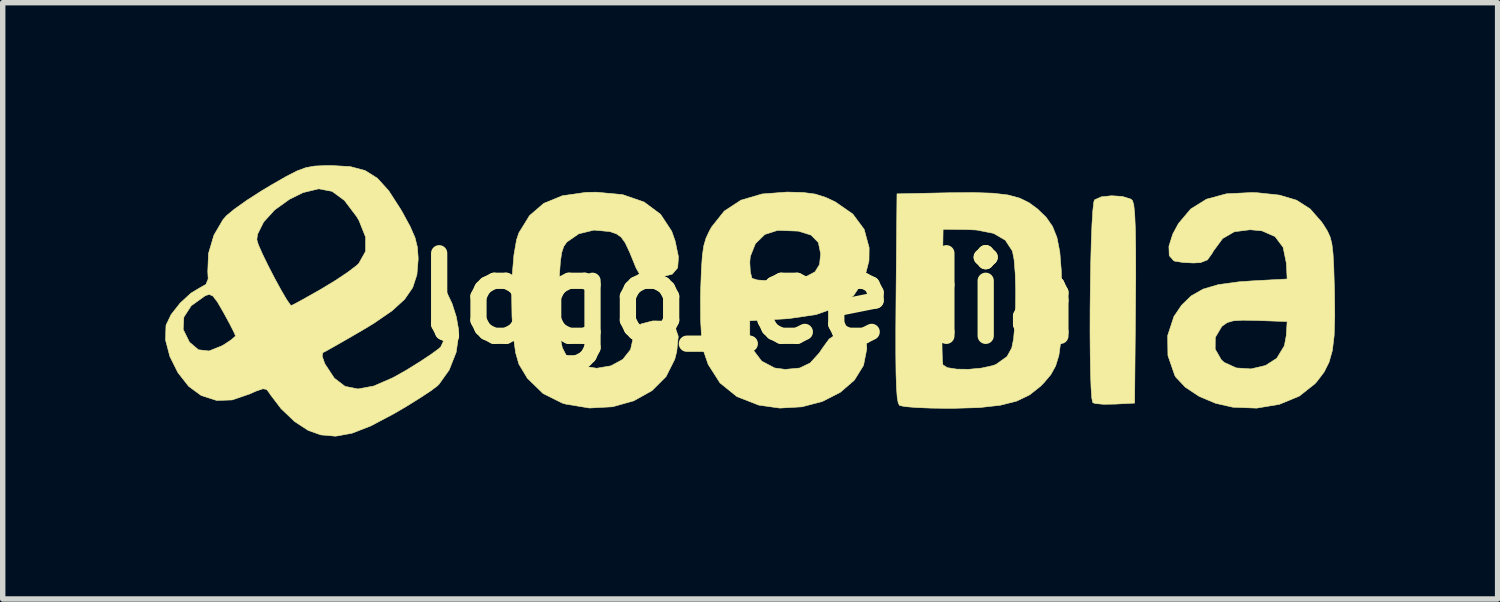
<source format=kicad_pcb>
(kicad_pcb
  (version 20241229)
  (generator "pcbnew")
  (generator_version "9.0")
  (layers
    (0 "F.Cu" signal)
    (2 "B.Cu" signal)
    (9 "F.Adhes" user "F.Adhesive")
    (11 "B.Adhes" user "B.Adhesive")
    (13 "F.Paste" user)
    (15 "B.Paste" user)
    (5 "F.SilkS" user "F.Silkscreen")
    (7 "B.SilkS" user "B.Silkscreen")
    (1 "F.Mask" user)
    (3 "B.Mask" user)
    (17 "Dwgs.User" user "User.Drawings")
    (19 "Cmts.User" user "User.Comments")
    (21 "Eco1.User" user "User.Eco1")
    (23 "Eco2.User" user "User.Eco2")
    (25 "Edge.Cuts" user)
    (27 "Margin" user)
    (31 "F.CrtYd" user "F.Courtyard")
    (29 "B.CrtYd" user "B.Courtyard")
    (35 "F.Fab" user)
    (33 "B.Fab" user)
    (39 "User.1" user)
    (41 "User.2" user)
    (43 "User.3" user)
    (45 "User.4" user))
  (footprint "logo_cedia"
    (layer "F.Cu")
    (at 10.789 2.459)
    (property "Reference" "logo_cedia" (at 0 0 0) (layer "F.SilkS") (effects (font (size 1.524 1.524) (thickness 0.3))))
    (attr through_hole)
    (fp_poly (pts (xy 6.878 -1.883) (xy 7.029 -1.836) (xy 7.063 -1.809) (xy 7.087 -1.73) (xy 7.105 -1.556) (xy 7.117 -1.278) (xy 7.123 -0.891) (xy 7.124 -0.385) (xy 7.12 0.106) (xy 7.103 1.931) (xy 6.74 1.95) (xy 6.532 1.953) (xy 6.38 1.94) (xy 6.331 1.923) (xy 6.313 1.841) (xy 6.299 1.648) (xy 6.289 1.367) (xy 6.283 1.016) (xy 6.28 0.617) (xy 6.281 0.191) (xy 6.286 -0.242) (xy 6.293 -0.66) (xy 6.303 -1.044) (xy 6.316 -1.373) (xy 6.332 -1.625) (xy 6.35 -1.781) (xy 6.363 -1.82) (xy 6.488 -1.876) (xy 6.679 -1.896) (xy 6.878 -1.883)) (stroke (width 0.01) (type solid)) (fill yes) (layer "F.SilkS"))
    (fp_poly (pts (xy 4.492 -1.943) (xy 4.768 -1.91) (xy 4.982 -1.852) (xy 5.158 -1.765) (xy 5.309 -1.654) (xy 5.47 -1.499) (xy 5.588 -1.33) (xy 5.67 -1.124) (xy 5.722 -0.858) (xy 5.75 -0.51) (xy 5.759 -0.057) (xy 5.759 0.018) (xy 5.756 0.461) (xy 5.74 0.797) (xy 5.705 1.051) (xy 5.645 1.246) (xy 5.556 1.406) (xy 5.429 1.556) (xy 5.364 1.622) (xy 5.164 1.78) (xy 4.924 1.895) (xy 4.622 1.971) (xy 4.236 2.014) (xy 3.746 2.028) (xy 3.67 2.028) (xy 3.35 2.024) (xy 3.074 2.013) (xy 2.87 1.996) (xy 2.768 1.976) (xy 2.765 1.975) (xy 2.74 1.93) (xy 2.721 1.825) (xy 2.708 1.647) (xy 2.699 1.384) (xy 2.695 1.025) (xy 2.695 0.667) (xy 3.546 0.667) (xy 3.549 0.948) (xy 3.555 1.142) (xy 3.564 1.225) (xy 3.647 1.277) (xy 3.819 1.304) (xy 4.042 1.307) (xy 4.277 1.285) (xy 4.485 1.239) (xy 4.543 1.218) (xy 4.748 1.072) (xy 4.835 0.914) (xy 4.869 0.746) (xy 4.892 0.488) (xy 4.905 0.176) (xy 4.908 -0.152) (xy 4.899 -0.461) (xy 4.879 -0.714) (xy 4.848 -0.873) (xy 4.847 -0.876) (xy 4.717 -1.075) (xy 4.499 -1.202) (xy 4.181 -1.264) (xy 4.004 -1.272) (xy 3.568 -1.277) (xy 3.55 -0.068) (xy 3.546 0.321) (xy 3.546 0.667) (xy 2.695 0.667) (xy 2.695 0.557) (xy 2.699 -0.004) (xy 2.717 -1.931) (xy 3.666 -1.951) (xy 4.133 -1.955) (xy 4.492 -1.943)) (stroke (width 0.01) (type solid)) (fill yes) (layer "F.SilkS"))
    (fp_poly (pts (xy -2.345 -1.916) (xy -1.949 -1.779) (xy -1.647 -1.554) (xy -1.441 -1.241) (xy -1.378 -1.062) (xy -1.316 -0.766) (xy -1.331 -0.566) (xy -1.431 -0.449) (xy -1.625 -0.398) (xy -1.749 -0.393) (xy -1.934 -0.404) (xy -2.036 -0.453) (xy -2.099 -0.563) (xy -2.103 -0.573) (xy -2.215 -0.848) (xy -2.299 -1.027) (xy -2.375 -1.133) (xy -2.462 -1.193) (xy -2.577 -1.233) (xy -2.583 -1.235) (xy -2.877 -1.262) (xy -3.158 -1.193) (xy -3.377 -1.041) (xy -3.378 -1.04) (xy -3.433 -0.961) (xy -3.471 -0.849) (xy -3.496 -0.679) (xy -3.514 -0.425) (xy -3.525 -0.105) (xy -3.529 0.339) (xy -3.509 0.671) (xy -3.46 0.91) (xy -3.375 1.074) (xy -3.249 1.183) (xy -3.112 1.243) (xy -2.827 1.288) (xy -2.562 1.243) (xy -2.344 1.124) (xy -2.201 0.944) (xy -2.159 0.76) (xy -2.123 0.577) (xy -2.002 0.468) (xy -1.789 0.414) (xy -1.54 0.418) (xy -1.384 0.513) (xy -1.32 0.699) (xy -1.348 0.978) (xy -1.385 1.123) (xy -1.546 1.443) (xy -1.805 1.701) (xy -2.141 1.889) (xy -2.533 1.999) (xy -2.959 2.022) (xy -3.4 1.949) (xy -3.461 1.931) (xy -3.816 1.754) (xy -4.105 1.473) (xy -4.262 1.211) (xy -4.322 1.002) (xy -4.364 0.698) (xy -4.389 0.331) (xy -4.395 -0.064) (xy -4.383 -0.454) (xy -4.353 -0.805) (xy -4.305 -1.082) (xy -4.262 -1.211) (xy -4.065 -1.53) (xy -3.802 -1.756) (xy -3.46 -1.896) (xy -3.026 -1.958) (xy -2.833 -1.962) (xy -2.345 -1.916)) (stroke (width 0.01) (type solid)) (fill yes) (layer "F.SilkS"))
    (fp_poly (pts (xy 0.987 -1.956) (xy 1.208 -1.927) (xy 1.403 -1.865) (xy 1.576 -1.784) (xy 1.901 -1.559) (xy 2.111 -1.276) (xy 2.203 -0.937) (xy 2.2 -0.696) (xy 2.108 -0.339) (xy 1.918 -0.057) (xy 1.625 0.155) (xy 1.225 0.297) (xy 0.716 0.372) (xy 0.606 0.379) (xy 0 0.411) (xy 0 0.669) (xy 0.058 0.944) (xy 0.219 1.156) (xy 0.459 1.283) (xy 0.654 1.309) (xy 0.919 1.284) (xy 1.114 1.191) (xy 1.283 1.005) (xy 1.344 0.914) (xy 1.464 0.749) (xy 1.578 0.673) (xy 1.73 0.655) (xy 1.968 0.672) (xy 2.102 0.733) (xy 2.156 0.854) (xy 2.16 0.928) (xy 2.099 1.236) (xy 1.93 1.508) (xy 1.671 1.732) (xy 1.342 1.9) (xy 0.962 2) (xy 0.551 2.023) (xy 0.164 1.968) (xy -0.238 1.811) (xy -0.55 1.559) (xy -0.768 1.217) (xy -0.854 0.966) (xy -0.889 0.732) (xy -0.908 0.393) (xy -0.91 -0.025) (xy -0.906 -0.182) (xy -0.893 -0.537) (xy -0.884 -0.669) (xy 0 -0.669) (xy 0.01 -0.495) (xy 0.036 -0.383) (xy 0.044 -0.371) (xy 0.14 -0.341) (xy 0.322 -0.329) (xy 0.55 -0.331) (xy 0.778 -0.349) (xy 0.966 -0.379) (xy 1.025 -0.397) (xy 1.204 -0.492) (xy 1.288 -0.629) (xy 1.308 -0.825) (xy 1.266 -1.032) (xy 1.131 -1.17) (xy 0.896 -1.243) (xy 0.551 -1.256) (xy 0.504 -1.254) (xy 0.278 -1.182) (xy 0.104 -1.012) (xy 0.01 -0.777) (xy 0 -0.669) (xy -0.884 -0.669) (xy -0.876 -0.79) (xy -0.849 -0.973) (xy -0.808 -1.114) (xy -0.747 -1.244) (xy -0.703 -1.322) (xy -0.471 -1.613) (xy -0.164 -1.814) (xy 0.228 -1.929) (xy 0.688 -1.964) (xy 0.987 -1.956)) (stroke (width 0.01) (type solid)) (fill yes) (layer "F.SilkS"))
    (fp_poly (pts (xy 9.362 -1.952) (xy 9.775 -1.908) (xy 10.092 -1.814) (xy 10.342 -1.654) (xy 10.553 -1.414) (xy 10.593 -1.355) (xy 10.662 -1.244) (xy 10.711 -1.137) (xy 10.744 -1.008) (xy 10.765 -0.83) (xy 10.779 -0.579) (xy 10.789 -0.229) (xy 10.792 -0.139) (xy 10.797 0.326) (xy 10.786 0.684) (xy 10.753 0.959) (xy 10.692 1.176) (xy 10.6 1.359) (xy 10.47 1.53) (xy 10.43 1.575) (xy 10.143 1.802) (xy 9.774 1.954) (xy 9.355 2.024) (xy 8.915 2.007) (xy 8.598 1.935) (xy 8.296 1.808) (xy 8.039 1.638) (xy 7.864 1.453) (xy 7.845 1.421) (xy 7.718 1.055) (xy 7.716 0.935) (xy 8.59 0.935) (xy 8.703 1.132) (xy 8.756 1.18) (xy 8.98 1.282) (xy 9.251 1.3) (xy 9.519 1.237) (xy 9.727 1.104) (xy 9.867 0.873) (xy 9.902 0.686) (xy 9.918 0.426) (xy 9.38 0.407) (xy 9.105 0.401) (xy 8.926 0.412) (xy 8.811 0.445) (xy 8.725 0.506) (xy 8.709 0.521) (xy 8.592 0.719) (xy 8.59 0.935) (xy 7.716 0.935) (xy 7.713 0.685) (xy 7.828 0.334) (xy 7.969 0.125) (xy 8.149 -0.049) (xy 8.368 -0.173) (xy 8.651 -0.256) (xy 9.024 -0.307) (xy 9.263 -0.324) (xy 9.918 -0.36) (xy 9.904 -0.65) (xy 9.844 -0.944) (xy 9.696 -1.142) (xy 9.454 -1.248) (xy 9.235 -1.269) (xy 8.944 -1.232) (xy 8.728 -1.107) (xy 8.556 -0.874) (xy 8.535 -0.835) (xy 8.447 -0.712) (xy 8.32 -0.662) (xy 8.187 -0.655) (xy 7.993 -0.665) (xy 7.845 -0.689) (xy 7.828 -0.694) (xy 7.742 -0.79) (xy 7.736 -0.963) (xy 7.807 -1.189) (xy 7.912 -1.383) (xy 8.138 -1.651) (xy 8.428 -1.832) (xy 8.797 -1.932) (xy 9.26 -1.955) (xy 9.362 -1.952)) (stroke (width 0.01) (type solid)) (fill yes) (layer "F.SilkS"))
    (fp_poly (pts (xy -7.374 -2.434) (xy -7.101 -2.362) (xy -6.873 -2.219) (xy -6.664 -1.988) (xy -6.447 -1.652) (xy -6.415 -1.598) (xy -6.268 -1.327) (xy -6.179 -1.124) (xy -6.135 -0.946) (xy -6.121 -0.753) (xy -6.121 -0.716) (xy -6.144 -0.438) (xy -6.222 -0.2) (xy -6.371 0.016) (xy -6.605 0.229) (xy -6.94 0.459) (xy -7.152 0.587) (xy -7.419 0.742) (xy -7.646 0.872) (xy -7.808 0.963) (xy -7.881 1.001) (xy -7.893 1.064) (xy -7.848 1.194) (xy -7.838 1.214) (xy -7.669 1.47) (xy -7.471 1.622) (xy -7.232 1.67) (xy -6.94 1.616) (xy -6.584 1.461) (xy -6.345 1.327) (xy -6.097 1.173) (xy -5.888 1.035) (xy -5.745 0.931) (xy -5.704 0.894) (xy -5.601 0.674) (xy -5.59 0.399) (xy -5.674 0.109) (xy -5.693 0.07) (xy -5.783 -0.135) (xy -5.796 -0.242) (xy -5.731 -0.248) (xy -5.693 -0.228) (xy -5.592 -0.11) (xy -5.495 0.094) (xy -5.417 0.338) (xy -5.374 0.58) (xy -5.371 0.655) (xy -5.419 0.991) (xy -5.548 1.319) (xy -5.736 1.583) (xy -5.769 1.615) (xy -5.888 1.705) (xy -6.092 1.839) (xy -6.348 1.998) (xy -6.569 2.127) (xy -6.992 2.351) (xy -7.344 2.488) (xy -7.645 2.542) (xy -7.918 2.518) (xy -8.151 2.435) (xy -8.401 2.272) (xy -8.652 2.033) (xy -8.855 1.766) (xy -8.87 1.741) (xy -8.919 1.678) (xy -8.987 1.667) (xy -9.113 1.71) (xy -9.23 1.762) (xy -9.554 1.873) (xy -9.838 1.883) (xy -10.122 1.792) (xy -10.127 1.79) (xy -10.356 1.622) (xy -10.555 1.369) (xy -10.704 1.07) (xy -10.784 0.766) (xy -10.778 0.571) (xy -10.458 0.571) (xy -10.343 0.804) (xy -10.339 0.809) (xy -10.175 0.947) (xy -9.981 0.969) (xy -9.743 0.874) (xy -9.705 0.852) (xy -9.568 0.761) (xy -9.496 0.697) (xy -9.492 0.689) (xy -9.522 0.62) (xy -9.599 0.469) (xy -9.707 0.27) (xy -9.707 0.269) (xy -9.826 0.064) (xy -9.909 -0.044) (xy -9.978 -0.075) (xy -10.051 -0.051) (xy -10.31 0.135) (xy -10.446 0.345) (xy -10.458 0.571) (xy -10.778 0.571) (xy -10.775 0.494) (xy -10.775 0.493) (xy -10.681 0.297) (xy -10.514 0.085) (xy -10.316 -0.097) (xy -10.161 -0.191) (xy -10.038 -0.26) (xy -9.997 -0.361) (xy -10.004 -0.497) (xy -9.991 -0.83) (xy -9.915 -1.086) (xy -9.099 -1.086) (xy -9.071 -0.993) (xy -8.996 -0.823) (xy -8.891 -0.607) (xy -8.771 -0.375) (xy -8.652 -0.157) (xy -8.55 0.018) (xy -8.48 0.118) (xy -8.463 0.131) (xy -8.399 0.1) (xy -8.249 0.018) (xy -8.037 -0.101) (xy -7.902 -0.178) (xy -7.647 -0.333) (xy -7.421 -0.484) (xy -7.259 -0.607) (xy -7.217 -0.646) (xy -7.092 -0.869) (xy -7.091 -1.133) (xy -7.213 -1.439) (xy -7.26 -1.517) (xy -7.482 -1.81) (xy -7.709 -1.977) (xy -7.957 -2.024) (xy -8.246 -1.954) (xy -8.497 -1.83) (xy -8.77 -1.634) (xy -8.973 -1.411) (xy -9.085 -1.187) (xy -9.099 -1.086) (xy -9.915 -1.086) (xy -9.891 -1.168) (xy -9.722 -1.457) (xy -9.656 -1.531) (xy -9.511 -1.65) (xy -9.287 -1.809) (xy -9.018 -1.982) (xy -8.832 -2.094) (xy -8.556 -2.252) (xy -8.355 -2.355) (xy -8.193 -2.415) (xy -8.033 -2.444) (xy -7.84 -2.453) (xy -7.72 -2.454) (xy -7.374 -2.434)) (stroke (width 0.01) (type solid)) (fill yes) (layer "F.SilkS")))
  (gr_rect
    (start -3 -3)
    (end 24.592 8.006)
    (stroke (width 0.1) (type default))
    (fill no)
    (layer "Edge.Cuts")))
</source>
